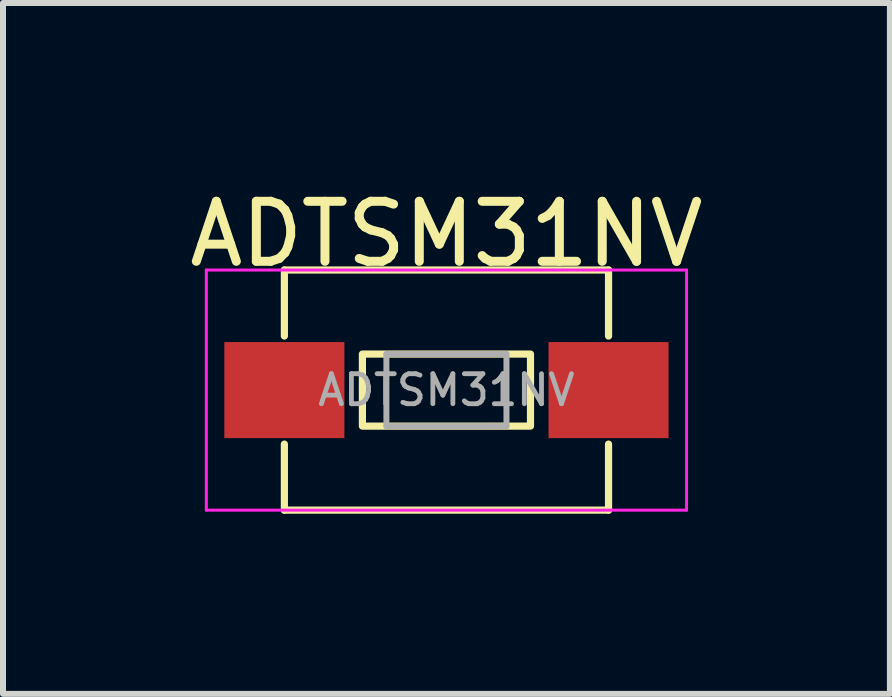
<source format=kicad_pcb>
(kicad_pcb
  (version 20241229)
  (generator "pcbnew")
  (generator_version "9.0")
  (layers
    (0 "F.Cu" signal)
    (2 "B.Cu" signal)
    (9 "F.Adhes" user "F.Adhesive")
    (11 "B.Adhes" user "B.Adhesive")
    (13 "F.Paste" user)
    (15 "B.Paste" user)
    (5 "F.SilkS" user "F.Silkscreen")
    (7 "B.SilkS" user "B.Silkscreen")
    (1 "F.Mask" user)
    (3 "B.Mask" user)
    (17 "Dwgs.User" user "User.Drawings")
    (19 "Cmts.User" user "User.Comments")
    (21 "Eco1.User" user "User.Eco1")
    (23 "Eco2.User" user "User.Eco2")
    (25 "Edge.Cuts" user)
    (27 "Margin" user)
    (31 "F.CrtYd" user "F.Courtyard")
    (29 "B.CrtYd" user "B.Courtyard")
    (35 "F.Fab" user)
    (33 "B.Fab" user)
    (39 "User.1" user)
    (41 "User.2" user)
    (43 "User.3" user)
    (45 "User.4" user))
  (footprint "ADTSM31NV"
    (layer "F.Cu")
    (at 4.387 3.448)
    (property "Reference" "ADTSM31NV" (at 0 -2.6 0) (layer "F.SilkS") (effects (font (size 1 1) (thickness 0.15))))
    (attr smd)
    (fp_line (start -2.7 -2) (end 2.7 -2) (stroke (width 0.12) (type default)) (layer "F.SilkS"))
    (fp_line (start -2.7 -0.9) (end -2.7 -2) (stroke (width 0.12) (type default)) (layer "F.SilkS"))
    (fp_line (start -2.7 0.9) (end -2.7 2) (stroke (width 0.12) (type default)) (layer "F.SilkS"))
    (fp_line (start -2.7 2) (end 2.7 2) (stroke (width 0.12) (type default)) (layer "F.SilkS"))
    (fp_line (start 2.7 -2) (end 2.7 -0.9) (stroke (width 0.12) (type default)) (layer "F.SilkS"))
    (fp_line (start 2.7 2) (end 2.7 0.9) (stroke (width 0.12) (type default)) (layer "F.SilkS"))
    (fp_rect (start -1.4 -0.6) (end 1.4 0.6) (stroke (width 0.12) (type default)) (fill no) (layer "F.SilkS"))
    (fp_line (start -4 -2) (end 4 -2) (stroke (width 0.05) (type solid)) (layer "F.CrtYd"))
    (fp_line (start -4 2) (end -4 -2) (stroke (width 0.05) (type solid)) (layer "F.CrtYd"))
    (fp_line (start 4 -2) (end 4 2) (stroke (width 0.05) (type solid)) (layer "F.CrtYd"))
    (fp_line (start 4 2) (end -4 2) (stroke (width 0.05) (type solid)) (layer "F.CrtYd"))
    (fp_line (start -1 -0.6) (end 1 -0.6) (stroke (width 0.1) (type solid)) (layer "F.Fab"))
    (fp_line (start -1 0.6) (end -1 -0.6) (stroke (width 0.1) (type solid)) (layer "F.Fab"))
    (fp_line (start 1 -0.6) (end 1 0.6) (stroke (width 0.1) (type solid)) (layer "F.Fab"))
    (fp_line (start 1 0.6) (end -1 0.6) (stroke (width 0.1) (type solid)) (layer "F.Fab"))
    (fp_text user "${REFERENCE}" (at 0 0 0) (layer "F.Fab") (effects (font (size 0.5 0.5) (thickness 0.08))))
    (pad "1" smd rect (at -2.7 0) (size 2 1.6) (layers "F.Cu" "F.Mask" "F.Paste"))
    (pad "2" smd rect (at 2.7 0) (size 2 1.6) (layers "F.Cu" "F.Mask" "F.Paste")))
  (gr_rect
    (start -3 -3)
    (end 11.774 8.508)
    (stroke (width 0.1) (type default))
    (fill no)
    (layer "Edge.Cuts")))
</source>
